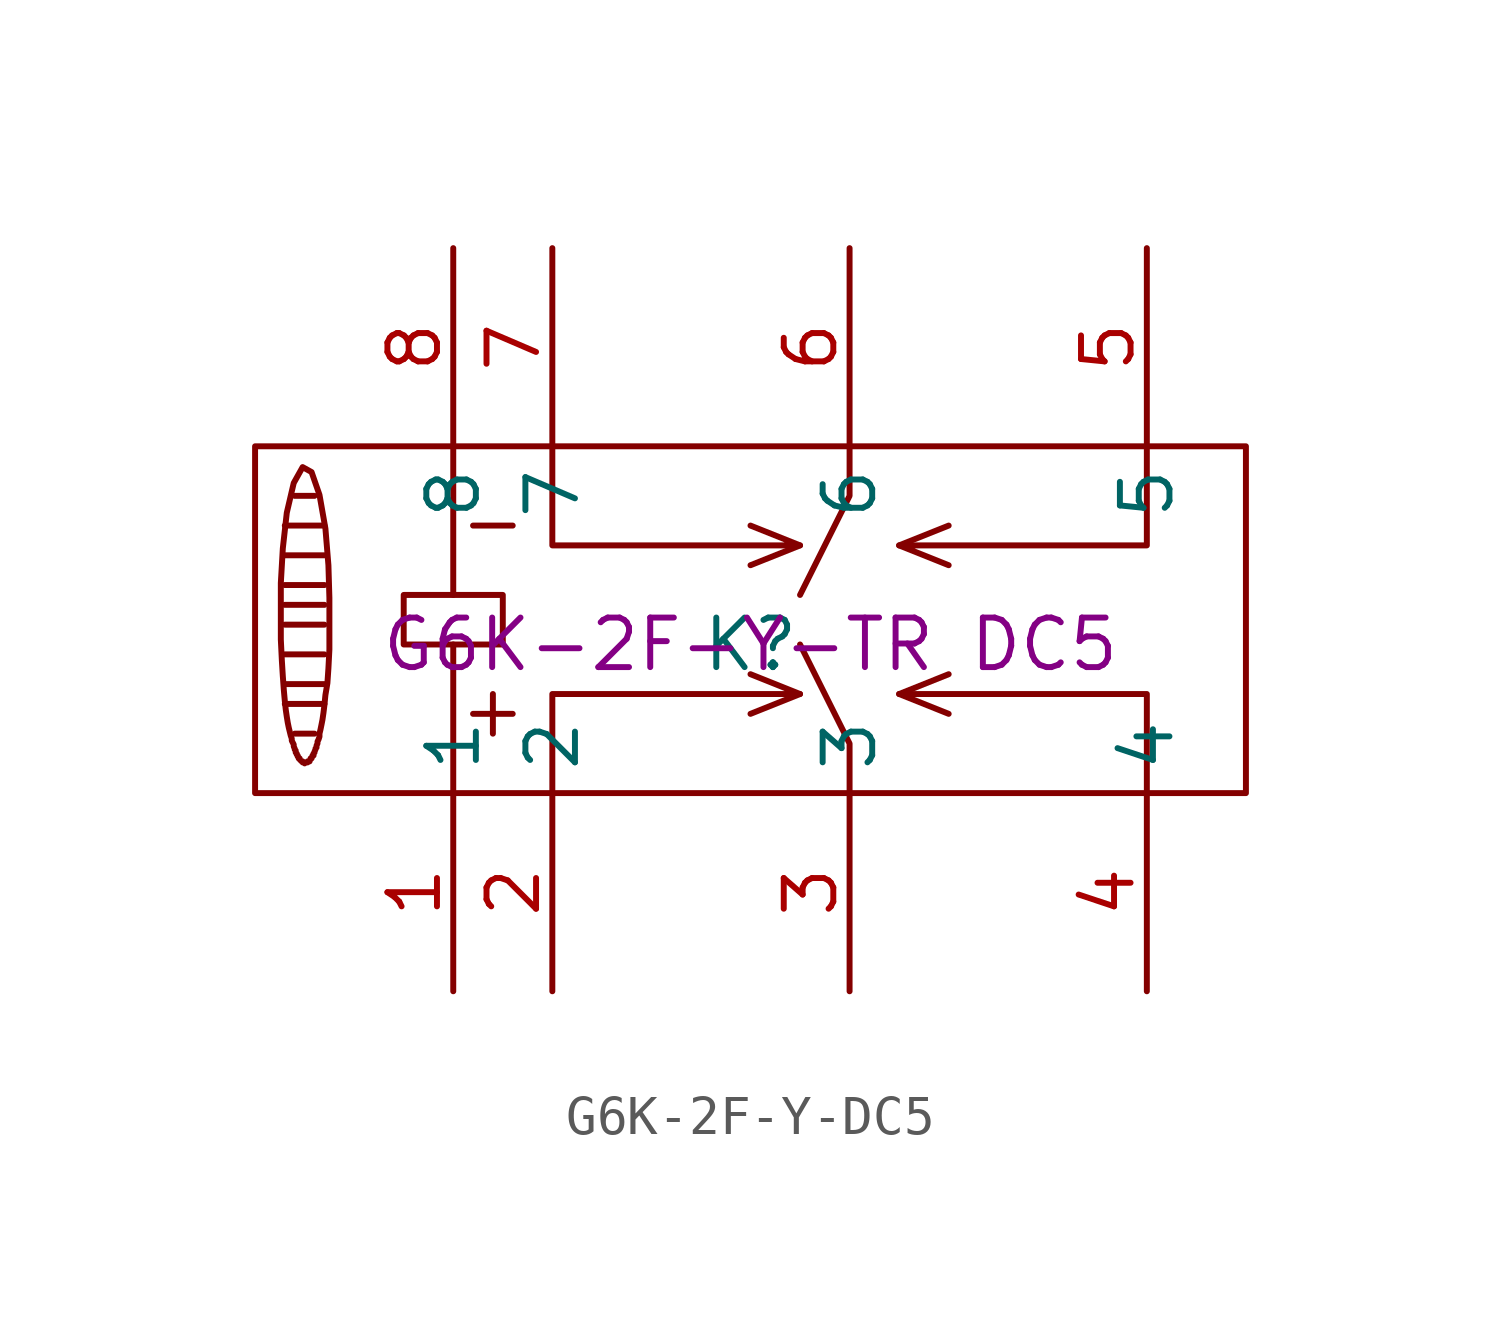
<source format=kicad_sym>
(kicad_symbol_lib
  (version 20241209)
  (generator "kicad_symbol_editor")
  (generator_version "9.0")
  (symbol "G6K-2F-Y-DC5"
    (property "Reference" "K"
      (at 0 0 0)
      (effects (font (size 1.27 1.27))))
    (property "Value" ""
      (at 0 0 0)
      (effects (font (size 1.27 1.27))))
    (property "Manufacturer Part" "G6K-2F-Y-TR DC5"
      (at 0 0 0)
      (effects (font (size 1.27 1.27))))
    (symbol "G6K-2F-Y-DC5_1_0"
      (rectangle (start -12.7 -3.81) (end 12.7 5.08) (stroke (width 0) (type default)) (fill (type none)))
      (polyline (pts (xy -11.938 3.048) (xy -10.922 3.048)) (stroke (width 0) (type default)) (fill (type none)))
      (polyline (pts (xy -11.938 2.286) (xy -10.922 2.286)) (stroke (width 0) (type default)) (fill (type none)))
      (polyline (pts (xy -11.938 1.524) (xy -10.922 1.524)) (stroke (width 0) (type default)) (fill (type none)))
      (polyline (pts (xy -11.938 1.016) (xy -10.922 1.016)) (stroke (width 0) (type default)) (fill (type none)))
      (polyline (pts (xy -11.938 0.508) (xy -10.922 0.508)) (stroke (width 0) (type default)) (fill (type none)))
      (polyline (pts (xy -11.938 -0.254) (xy -10.922 -0.254)) (stroke (width 0) (type default)) (fill (type none)))
      (polyline (pts (xy -11.938 -1.016) (xy -10.922 -1.016)) (stroke (width 0) (type default)) (fill (type none)))
      (polyline (pts (xy -11.938 -1.524) (xy -10.922 -1.524)) (stroke (width 0) (type default)) (fill (type none)))
      (polyline (pts (xy -11.684 3.81) (xy -11.176 3.81)) (stroke (width 0) (type default)) (fill (type none)))
      (polyline (pts (xy -11.684 -2.286) (xy -11.176 -2.286)) (stroke (width 0) (type default)) (fill (type none)))
      (polyline (pts (xy -11.303 -2.972) (xy -11.303 -2.997) (xy -11.303 -2.997) (xy -11.328 -2.997) (xy -11.328 -2.997) (xy -11.328 -2.997) (xy -11.328 -2.997) (xy -11.328 -2.997) (xy -11.328 -2.997) (xy -11.328 -2.997) (xy -11.328 -2.997) (xy -11.328 -2.997) (xy -11.328 -2.997) (xy -11.328 -2.997) (xy -11.328 -2.997) (xy -11.328 -2.997) (xy -11.328 -2.997) (xy -11.328 -2.997) (xy -11.328 -2.997) (xy -11.328 -2.997) (xy -11.328 -2.997) (xy -11.354 -2.997) (xy -11.354 -2.997) (xy -11.354 -3.023) (xy -11.354 -3.023) (xy -11.354 -3.023) (xy -11.354 -3.023) (xy -11.354 -3.023) (xy -11.354 -3.023) (xy -11.354 -3.023) (xy -11.354 -3.023) (xy -11.354 -3.023) (xy -11.354 -3.023) (xy -11.354 -3.023) (xy -11.354 -3.023) (xy -11.354 -3.023) (xy -11.354 -3.023) (xy -11.354 -3.023) (xy -11.354 -3.023) (xy -11.354 -3.023) (xy -11.354 -3.023) (xy -11.354 -3.023) (xy -11.354 -3.023) (xy -11.379 -3.023) (xy -11.379 -3.023) (xy -11.379 -3.023) (xy -11.379 -3.023) (xy -11.379 -3.023) (xy -11.379 -3.023) (xy -11.379 -3.023) (xy -11.379 -3.023) (xy -11.379 -3.023) (xy -11.379 -3.023) (xy -11.379 -3.023) (xy -11.379 -3.023) (xy -11.379 -3.023) (xy -11.379 -3.023) (xy -11.379 -3.023) (xy -11.379 -3.023) (xy -11.379 -3.023) (xy -11.379 -3.023) (xy -11.379 -3.023) (xy -11.379 -3.023) (xy -11.379 -3.023) (xy -11.379 -3.023) (xy -11.379 -3.023) (xy -11.379 -3.023) (xy -11.379 -3.023) (xy -11.379 -3.023) (xy -11.405 -3.023) (xy -11.405 -3.023) (xy -11.405 -3.023) (xy -11.405 -3.023) (xy -11.405 -3.023) (xy -11.405 -3.023) (xy -11.405 -3.023) (xy -11.405 -3.023) (xy -11.405 -3.023) (xy -11.405 -3.023) (xy -11.405 -3.023) (xy -11.405 -3.023) (xy -11.405 -3.023) (xy -11.405 -3.023) (xy -11.405 -3.023) (xy -11.405 -3.023) (xy -11.405 -3.023) (xy -11.405 -3.023) (xy -11.405 -3.023) (xy -11.405 -3.023) (xy -11.405 -3.023) (xy -11.405 -3.023) (xy -11.405 -3.023) (xy -11.405 -3.023) (xy -11.405 -3.023) (xy -11.405 -3.023) (xy -11.405 -3.023) (xy -11.405 -3.023) (xy -11.405 -3.023) (xy -11.405 -3.023) (xy -11.43 -3.048) (xy -11.43 -3.048) (xy -11.43 -3.023) (xy -11.43 -3.023) (xy -11.43 -3.023) (xy -11.43 -3.023) (xy -11.43 -3.023) (xy -11.43 -3.023) (xy -11.43 -3.023) (xy -11.43 -3.023) (xy -11.43 -3.023) (xy -11.43 -3.023) (xy -11.43 -3.023) (xy -11.43 -3.023) (xy -11.43 -3.023) (xy -11.43 -3.023) (xy -11.43 -3.023) (xy -11.43 -3.023) (xy -11.43 -3.023) (xy -11.43 -3.023) (xy -11.43 -3.023) (xy -11.43 -3.023) (xy -11.43 -3.023) (xy -11.43 -3.023) (xy -11.43 -3.023) (xy -11.43 -3.023) (xy -11.43 -3.023) (xy -11.43 -3.023) (xy -11.43 -3.023) (xy -11.43 -3.023) (xy -11.455 -3.023) (xy -11.455 -3.023) (xy -11.455 -3.023) (xy -11.455 -3.023) (xy -11.455 -3.023) (xy -11.455 -3.023) (xy -11.455 -3.023) (xy -11.455 -3.023) (xy -11.455 -3.023) (xy -11.455 -3.023) (xy -11.455 -3.023) (xy -11.455 -3.023) (xy -11.455 -3.023) (xy -11.455 -3.023) (xy -11.455 -3.023) (xy -11.455 -3.023) (xy -11.455 -3.023) (xy -11.455 -3.023) (xy -11.455 -3.023) (xy -11.455 -3.023) (xy -11.455 -3.023) (xy -11.455 -3.023) (xy -11.455 -3.023) (xy -11.455 -3.023) (xy -11.455 -3.023) (xy -11.455 -3.023) (xy -11.481 -3.023) (xy -11.481 -3.023) (xy -11.481 -3.023) (xy -11.481 -3.023) (xy -11.481 -3.023) (xy -11.481 -3.023) (xy -11.481 -3.023) (xy -11.481 -3.023) (xy -11.481 -3.023) (xy -11.481 -3.023) (xy -11.481 -3.023) (xy -11.481 -3.023) (xy -11.481 -3.023) (xy -11.481 -3.023) (xy -11.481 -3.023) (xy -11.481 -3.023) (xy -11.481 -3.023) (xy -11.481 -3.023) (xy -11.481 -3.023) (xy -11.481 -3.023) (xy -11.481 -2.997) (xy -11.481 -2.997) (xy -11.481 -2.997) (xy -11.481 -2.997) (xy -11.506 -2.997) (xy -11.506 -2.997) (xy -11.506 -2.997) (xy -11.506 -2.997) (xy -11.506 -2.997) (xy -11.506 -2.997) (xy -11.506 -2.997) (xy -11.506 -2.997) (xy -11.506 -2.997) (xy -11.506 -2.997) (xy -11.506 -2.997) (xy -11.506 -2.997) (xy -11.506 -2.997) (xy -11.506 -2.997) (xy -11.506 -2.997) (xy -11.506 -2.997) (xy -11.506 -2.997) (xy -11.506 -2.997) (xy -11.532 -2.972) (xy -11.532 -2.972) (xy -11.532 -2.972) (xy -11.532 -2.972) (xy -11.532 -2.972) (xy -11.532 -2.972) (xy -11.532 -2.972) (xy -11.532 -2.972) (xy -11.532 -2.972) (xy -11.532 -2.972) (xy -11.532 -2.972) (xy -11.532 -2.972) (xy -11.532 -2.972) (xy -11.532 -2.972) (xy -11.557 -2.946) (xy -11.557 -2.946) (xy -11.557 -2.946) (xy -11.557 -2.946) (xy -11.557 -2.946) (xy -11.557 -2.946) (xy -11.557 -2.946) (xy -11.557 -2.946) (xy -11.557 -2.921) (xy -11.557 -2.921) (xy -11.557 -2.921) (xy -11.557 -2.921) (xy -11.582 -2.921) (xy -11.582 -2.921) (xy -11.582 -2.896) (xy -11.582 -2.896) (xy -11.582 -2.896) (xy -11.582 -2.896) (xy -11.582 -2.896) (xy -11.582 -2.896) (xy -11.608 -2.87) (xy -11.608 -2.87) (xy -11.608 -2.87) (xy -11.608 -2.87) (xy -11.608 -2.845) (xy -11.608 -2.845) (xy -11.608 -2.845) (xy -11.608 -2.845) (xy -11.633 -2.819) (xy -11.633 -2.819) (xy -11.633 -2.819) (xy -11.633 -2.819) (xy -11.633 -2.794) (xy -11.633 -2.794) (xy -11.659 -2.769) (xy -11.659 -2.769) (xy -11.659 -2.743) (xy -11.659 -2.743) (xy -11.659 -2.718) (xy -11.659 -2.718) (xy -11.684 -2.692) (xy -11.684 -2.692) (xy -11.684 -2.667) (xy -11.684 -2.667) (xy -11.709 -2.616) (xy -11.709 -2.616) (xy -11.709 -2.565) (xy -11.709 -2.565) (xy -11.735 -2.515) (xy -11.735 -2.515) (xy -11.76 -2.464) (xy -11.76 -2.464) (xy -11.76 -2.413) (xy -11.76 -2.413) (xy -11.786 -2.337) (xy -11.786 -2.337) (xy -11.811 -2.235) (xy -11.811 -2.235) (xy -11.836 -2.134) (xy -11.836 -2.134) (xy -11.862 -2.007) (xy -11.862 -2.007) (xy -11.887 -1.854) (xy -11.887 -1.854) (xy -11.913 -1.676) (xy -11.913 -1.676) (xy -11.938 -1.448) (xy -11.938 -1.448) (xy -11.963 -1.168) (xy -11.963 -1.168) (xy -11.989 -0.813) (xy -11.989 -0.813) (xy -12.014 -0.406) (xy -12.014 -0.406) (xy -12.04 0.127) (xy -12.04 0.127) (xy -12.04 0.787) (xy -12.04 0.787) (xy -12.04 1.575) (xy -12.04 1.575) (xy -11.989 2.464) (xy -11.989 2.464) (xy -11.887 3.378) (xy -11.887 3.378) (xy -11.709 4.14) (xy -11.709 4.14) (xy -11.481 4.547) (xy -11.481 4.547) (xy -11.252 4.42) (xy -11.252 4.42) (xy -11.049 3.835) (xy -11.049 3.835) (xy -10.897 2.972) (xy -10.897 2.972) (xy -10.82 2.032) (xy -10.82 2.032) (xy -10.795 1.194) (xy -10.795 1.194) (xy -10.795 0.457) (xy -10.795 0.457) (xy -10.795 -0.127) (xy -10.795 -0.127) (xy -10.82 -0.61) (xy -10.82 -0.61) (xy -10.846 -0.991) (xy -10.846 -0.991) (xy -10.897 -1.295) (xy -10.897 -1.295) (xy -10.922 -1.549) (xy -10.922 -1.549) (xy -10.947 -1.753) (xy -10.947 -1.753) (xy -10.973 -1.93) (xy -10.973 -1.93) (xy -10.998 -2.057) (xy -10.998 -2.057) (xy -11.024 -2.184) (xy -11.024 -2.184) (xy -11.049 -2.286) (xy -11.049 -2.286) (xy -11.049 -2.362) (xy -11.049 -2.362) (xy -11.074 -2.438) (xy -11.074 -2.438) (xy -11.1 -2.489) (xy -11.1 -2.489) (xy -11.1 -2.54) (xy -11.1 -2.54) (xy -11.125 -2.591) (xy -11.125 -2.591) (xy -11.125 -2.642) (xy -11.125 -2.642) (xy -11.151 -2.667) (xy -11.151 -2.667) (xy -11.151 -2.692) (xy -11.151 -2.692) (xy -11.176 -2.743) (xy -11.176 -2.743) (xy -11.176 -2.743) (xy -11.176 -2.743) (xy -11.176 -2.769) (xy -11.176 -2.769) (xy -11.201 -2.794) (xy -11.201 -2.794) (xy -11.201 -2.819) (xy -11.201 -2.819) (xy -11.201 -2.845) (xy -11.201 -2.845) (xy -11.227 -2.845) (xy -11.227 -2.845) (xy -11.227 -2.87) (xy -11.227 -2.87) (xy -11.227 -2.87) (xy -11.227 -2.87) (xy -11.252 -2.896) (xy -11.252 -2.896) (xy -11.252 -2.896) (xy -11.252 -2.896) (xy -11.252 -2.896) (xy -11.252 -2.896) (xy -11.252 -2.921) (xy -11.252 -2.921) (xy -11.252 -2.921) (xy -11.252 -2.921) (xy -11.278 -2.921) (xy -11.278 -2.921) (xy -11.278 -2.946) (xy -11.278 -2.946) (xy -11.278 -2.946) (xy -11.278 -2.946) (xy -11.278 -2.946) (xy -11.278 -2.946) (xy -11.278 -2.946) (xy -11.278 -2.946) (xy -11.278 -2.946) (xy -11.278 -2.946) (xy -11.303 -2.972) (xy -11.303 -2.972) (xy -11.303 -2.972) (xy -11.303 -2.972) (xy -11.303 -2.972) (xy -11.303 -2.972) (xy -11.303 -2.972) (xy -11.303 -2.972) (xy -11.303 -2.972) (xy -11.303 -2.972) (xy -11.303 -2.972)) (stroke (width 0) (type default)) (fill (type none)))
      (rectangle (start -8.89 0) (end -6.35 1.27) (stroke (width 0) (type default)) (fill (type none)))
      (polyline (pts (xy -7.62 5.08) (xy -7.62 1.27)) (stroke (width 0) (type default)) (fill (type none)))
      (polyline (pts (xy -7.62 0) (xy -7.62 -3.81)) (stroke (width 0) (type default)) (fill (type none)))
      (polyline (pts (xy -7.112 3.048) (xy -6.096 3.048)) (stroke (width 0) (type default)) (fill (type none)))
      (polyline (pts (xy -7.112 -1.778) (xy -6.096 -1.778)) (stroke (width 0) (type default)) (fill (type none)))
      (polyline (pts (xy -6.604 -2.286) (xy -6.604 -1.27)) (stroke (width 0) (type default)) (fill (type none)))
      (polyline (pts (xy -5.08 5.08) (xy -5.08 2.54) (xy -5.08 2.54) (xy 1.27 2.54) (xy 1.27 2.54) (xy 0 3.048)) (stroke (width 0) (type default)) (fill (type none)))
      (polyline (pts (xy -5.08 -3.81) (xy -5.08 -1.27) (xy -5.08 -1.27) (xy 1.27 -1.27) (xy 1.27 -1.27) (xy 0 -0.762)) (stroke (width 0) (type default)) (fill (type none)))
      (polyline (pts (xy 1.27 2.54) (xy 0 2.032)) (stroke (width 0) (type default)) (fill (type none)))
      (polyline (pts (xy 1.27 1.27) (xy 2.54 3.81) (xy 2.54 3.81) (xy 2.54 5.08)) (stroke (width 0) (type default)) (fill (type none)))
      (polyline (pts (xy 1.27 0) (xy 2.54 -2.54) (xy 2.54 -2.54) (xy 2.54 -3.81)) (stroke (width 0) (type default)) (fill (type none)))
      (polyline (pts (xy 1.27 -1.27) (xy 0 -1.778)) (stroke (width 0) (type default)) (fill (type none)))
      (polyline (pts (xy 3.81 2.54) (xy 5.08 3.048)) (stroke (width 0) (type default)) (fill (type none)))
      (polyline (pts (xy 3.81 -1.27) (xy 5.08 -0.762)) (stroke (width 0) (type default)) (fill (type none)))
      (polyline (pts (xy 10.16 5.08) (xy 10.16 2.54) (xy 10.16 2.54) (xy 3.81 2.54) (xy 3.81 2.54) (xy 5.08 2.032)) (stroke (width 0) (type default)) (fill (type none)))
      (polyline (pts (xy 10.16 -3.81) (xy 10.16 -1.27) (xy 10.16 -1.27) (xy 3.81 -1.27) (xy 3.81 -1.27) (xy 5.08 -1.778)) (stroke (width 0) (type default)) (fill (type none)))
      (pin input line (at -7.62 10.16 270) (length 5.08) (name "8" (effects (font (size 1.27 1.27)))) (number "8" (effects (font (size 1.27 1.27)))))
      (pin input line (at -7.62 -8.89 90) (length 5.08) (name "1" (effects (font (size 1.27 1.27)))) (number "1" (effects (font (size 1.27 1.27)))))
      (pin input line (at -5.08 10.16 270) (length 5.08) (name "7" (effects (font (size 1.27 1.27)))) (number "7" (effects (font (size 1.27 1.27)))))
      (pin input line (at -5.08 -8.89 90) (length 5.08) (name "2" (effects (font (size 1.27 1.27)))) (number "2" (effects (font (size 1.27 1.27)))))
      (pin input line (at 2.54 10.16 270) (length 5.08) (name "6" (effects (font (size 1.27 1.27)))) (number "6" (effects (font (size 1.27 1.27)))))
      (pin input line (at 2.54 -8.89 90) (length 5.08) (name "3" (effects (font (size 1.27 1.27)))) (number "3" (effects (font (size 1.27 1.27)))))
      (pin input line (at 10.16 10.16 270) (length 5.08) (name "5" (effects (font (size 1.27 1.27)))) (number "5" (effects (font (size 1.27 1.27)))))
      (pin input line (at 10.16 -8.89 90) (length 5.08) (name "4" (effects (font (size 1.27 1.27)))) (number "4" (effects (font (size 1.27 1.27))))))))
</source>
